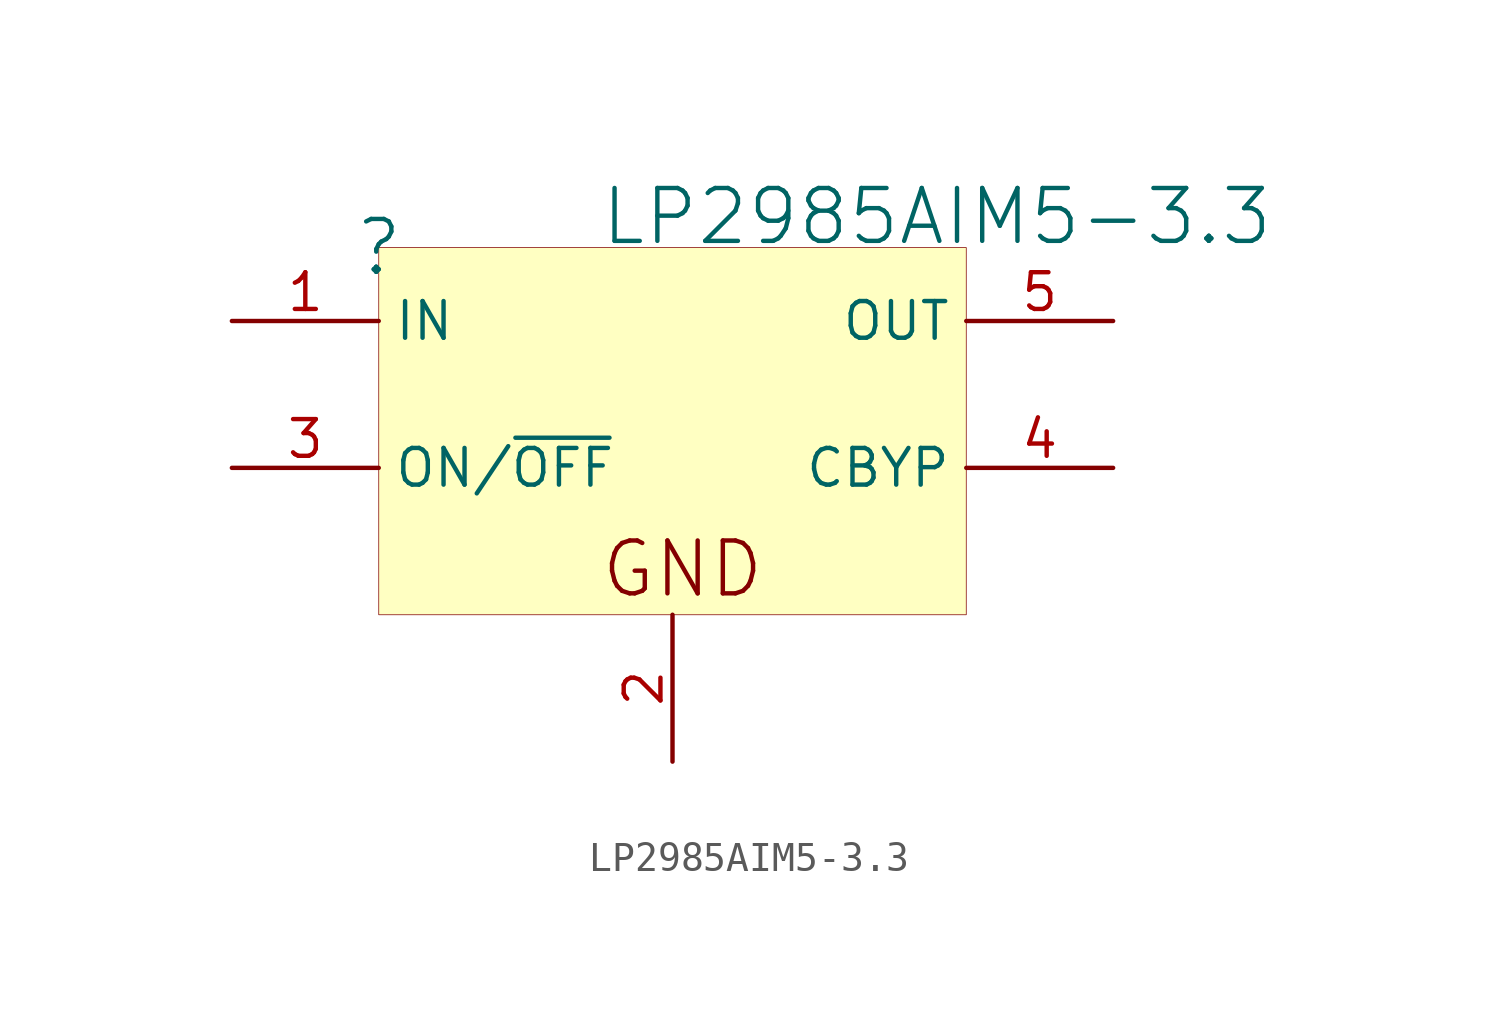
<source format=kicad_sym>
(kicad_symbol_lib
  (version 20241209)
  (generator "kicad_symbol_editor")
  (generator_version "9.0")
  (symbol "LP2985AIM5-3.3"
    (property "Reference" ""
      (at 0 0 0)
      (effects (font (size 1.829 1.829))))
    (property "Value" "LP2985AIM5-3.3"
      (at 7.62 0 0)
      (effects (font (size 1.829 1.829)) (justify left bottom)))
    (symbol "LP2985AIM5-3.3_1_0"
      (rectangle (start 20.32 0) (end 0 -12.7) (stroke (width 0.025) (type solid) (color 128 0 0 1)) (fill (type background)))
      (text "GND" (at 7.62 -12.192 0) (effects (font (size 1.829 1.829)) (justify left bottom)))
      (pin power_in line (at -5.08 -2.54 0) (length 5.08) (name "IN" (effects (font (size 1.27 1.27)))) (number "1" (effects (font (size 1.27 1.27)))))
      (pin passive line (at -5.08 -7.62 0) (length 5.08) (name "ON/~{OFF}" (effects (font (size 1.27 1.27)))) (number "3" (effects (font (size 1.27 1.27)))))
      (pin power_in line (at 10.16 -17.78 90) (length 5.08) (name "GND" (effects (font (size 0 0)))) (number "2" (effects (font (size 1.27 1.27)))))
      (pin power_in line (at 25.4 -2.54 180) (length 5.08) (name "OUT" (effects (font (size 1.27 1.27)))) (number "5" (effects (font (size 1.27 1.27)))))
      (pin passive line (at 25.4 -7.62 180) (length 5.08) (name "CBYP" (effects (font (size 1.27 1.27)))) (number "4" (effects (font (size 1.27 1.27))))))))
</source>
